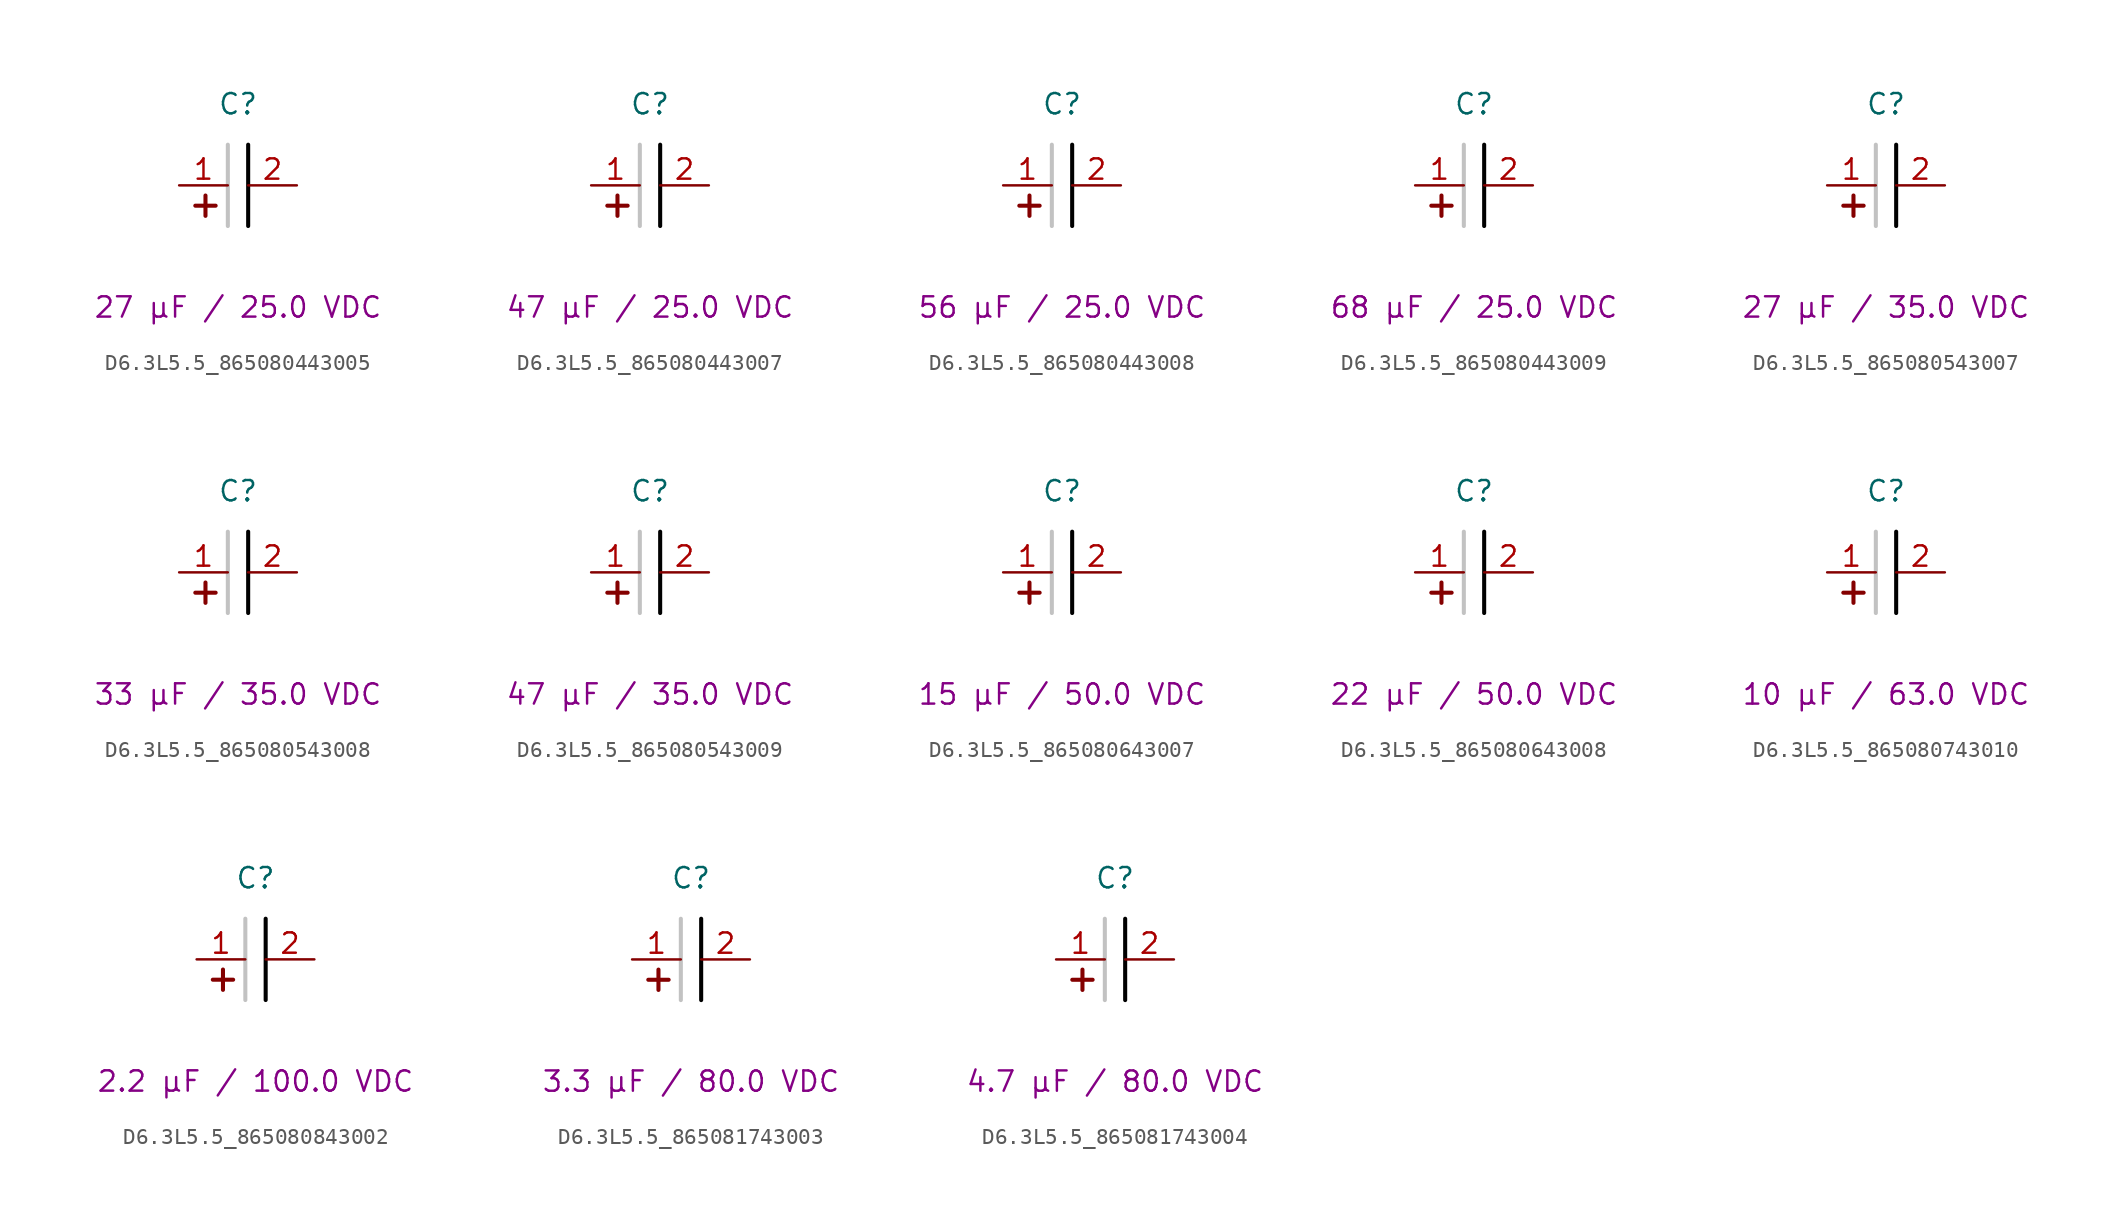
<source format=kicad_sym>
(kicad_symbol_lib
  (version 20220914)
  (generator kicad_symbol_editor)
  (symbol "D6.3L5.5_865080443005"
    (pin_names hide)
    (property "Reference" "C"
      (at 0 5.08 0)
      (effects (font (size 1.27 1.27))))
    (property "Critical Parameter" "27 µF / 25.0 VDC"
      (at 0 -7.62 0)
      (effects (font (size 1.27 1.27))))
    (symbol "D6.3L5.5_865080443005_1_1"
      (polyline (pts (xy -2.667 -1.27) (xy -1.397 -1.27)) (stroke (width 0.254) (type default)) (fill (type none)))
      (polyline (pts (xy -2.032 -0.635) (xy -2.032 -1.905)) (stroke (width 0.254) (type default)) (fill (type none)))
      (polyline (pts (xy -0.635 2.54) (xy -0.635 -2.54)) (stroke (width 0.254) (type default) (color 194 194 194 1)) (fill (type none)))
      (polyline (pts (xy 0.635 2.54) (xy 0.635 -2.54)) (stroke (width 0.254) (type default) (color 0 0 0 1)) (fill (type none)))
      (pin passive line (at -3.679 0 0) (length 3.044) (name "1" (effects (font (size 1.27 1.27)))) (number "1" (effects (font (size 1.27 1.27)))))
      (pin passive line (at 3.679 0 180) (length 3.044) (name "2" (effects (font (size 1.27 1.27)))) (number "2" (effects (font (size 1.27 1.27)))))))
  (symbol "D6.3L5.5_865080443007"
    (pin_names hide)
    (property "Reference" "C"
      (at 0 5.08 0)
      (effects (font (size 1.27 1.27))))
    (property "Critical Parameter" "47 µF / 25.0 VDC"
      (at 0 -7.62 0)
      (effects (font (size 1.27 1.27))))
    (symbol "D6.3L5.5_865080443007_1_1"
      (polyline (pts (xy -2.667 -1.27) (xy -1.397 -1.27)) (stroke (width 0.254) (type default)) (fill (type none)))
      (polyline (pts (xy -2.032 -0.635) (xy -2.032 -1.905)) (stroke (width 0.254) (type default)) (fill (type none)))
      (polyline (pts (xy -0.635 2.54) (xy -0.635 -2.54)) (stroke (width 0.254) (type default) (color 194 194 194 1)) (fill (type none)))
      (polyline (pts (xy 0.635 2.54) (xy 0.635 -2.54)) (stroke (width 0.254) (type default) (color 0 0 0 1)) (fill (type none)))
      (pin passive line (at -3.679 0 0) (length 3.044) (name "1" (effects (font (size 1.27 1.27)))) (number "1" (effects (font (size 1.27 1.27)))))
      (pin passive line (at 3.679 0 180) (length 3.044) (name "2" (effects (font (size 1.27 1.27)))) (number "2" (effects (font (size 1.27 1.27)))))))
  (symbol "D6.3L5.5_865080443008"
    (pin_names hide)
    (property "Reference" "C"
      (at 0 5.08 0)
      (effects (font (size 1.27 1.27))))
    (property "Critical Parameter" "56 µF / 25.0 VDC"
      (at 0 -7.62 0)
      (effects (font (size 1.27 1.27))))
    (symbol "D6.3L5.5_865080443008_1_1"
      (polyline (pts (xy -2.667 -1.27) (xy -1.397 -1.27)) (stroke (width 0.254) (type default)) (fill (type none)))
      (polyline (pts (xy -2.032 -0.635) (xy -2.032 -1.905)) (stroke (width 0.254) (type default)) (fill (type none)))
      (polyline (pts (xy -0.635 2.54) (xy -0.635 -2.54)) (stroke (width 0.254) (type default) (color 194 194 194 1)) (fill (type none)))
      (polyline (pts (xy 0.635 2.54) (xy 0.635 -2.54)) (stroke (width 0.254) (type default) (color 0 0 0 1)) (fill (type none)))
      (pin passive line (at -3.679 0 0) (length 3.044) (name "1" (effects (font (size 1.27 1.27)))) (number "1" (effects (font (size 1.27 1.27)))))
      (pin passive line (at 3.679 0 180) (length 3.044) (name "2" (effects (font (size 1.27 1.27)))) (number "2" (effects (font (size 1.27 1.27)))))))
  (symbol "D6.3L5.5_865080443009"
    (pin_names hide)
    (property "Reference" "C"
      (at 0 5.08 0)
      (effects (font (size 1.27 1.27))))
    (property "Critical Parameter" "68 µF / 25.0 VDC"
      (at 0 -7.62 0)
      (effects (font (size 1.27 1.27))))
    (symbol "D6.3L5.5_865080443009_1_1"
      (polyline (pts (xy -2.667 -1.27) (xy -1.397 -1.27)) (stroke (width 0.254) (type default)) (fill (type none)))
      (polyline (pts (xy -2.032 -0.635) (xy -2.032 -1.905)) (stroke (width 0.254) (type default)) (fill (type none)))
      (polyline (pts (xy -0.635 2.54) (xy -0.635 -2.54)) (stroke (width 0.254) (type default) (color 194 194 194 1)) (fill (type none)))
      (polyline (pts (xy 0.635 2.54) (xy 0.635 -2.54)) (stroke (width 0.254) (type default) (color 0 0 0 1)) (fill (type none)))
      (pin passive line (at -3.679 0 0) (length 3.044) (name "1" (effects (font (size 1.27 1.27)))) (number "1" (effects (font (size 1.27 1.27)))))
      (pin passive line (at 3.679 0 180) (length 3.044) (name "2" (effects (font (size 1.27 1.27)))) (number "2" (effects (font (size 1.27 1.27)))))))
  (symbol "D6.3L5.5_865080543007"
    (pin_names hide)
    (property "Reference" "C"
      (at 0 5.08 0)
      (effects (font (size 1.27 1.27))))
    (property "Critical Parameter" "27 µF / 35.0 VDC"
      (at 0 -7.62 0)
      (effects (font (size 1.27 1.27))))
    (symbol "D6.3L5.5_865080543007_1_1"
      (polyline (pts (xy -2.667 -1.27) (xy -1.397 -1.27)) (stroke (width 0.254) (type default)) (fill (type none)))
      (polyline (pts (xy -2.032 -0.635) (xy -2.032 -1.905)) (stroke (width 0.254) (type default)) (fill (type none)))
      (polyline (pts (xy -0.635 2.54) (xy -0.635 -2.54)) (stroke (width 0.254) (type default) (color 194 194 194 1)) (fill (type none)))
      (polyline (pts (xy 0.635 2.54) (xy 0.635 -2.54)) (stroke (width 0.254) (type default) (color 0 0 0 1)) (fill (type none)))
      (pin passive line (at -3.679 0 0) (length 3.044) (name "1" (effects (font (size 1.27 1.27)))) (number "1" (effects (font (size 1.27 1.27)))))
      (pin passive line (at 3.679 0 180) (length 3.044) (name "2" (effects (font (size 1.27 1.27)))) (number "2" (effects (font (size 1.27 1.27)))))))
  (symbol "D6.3L5.5_865080543008"
    (pin_names hide)
    (property "Reference" "C"
      (at 0 5.08 0)
      (effects (font (size 1.27 1.27))))
    (property "Critical Parameter" "33 µF / 35.0 VDC"
      (at 0 -7.62 0)
      (effects (font (size 1.27 1.27))))
    (symbol "D6.3L5.5_865080543008_1_1"
      (polyline (pts (xy -2.667 -1.27) (xy -1.397 -1.27)) (stroke (width 0.254) (type default)) (fill (type none)))
      (polyline (pts (xy -2.032 -0.635) (xy -2.032 -1.905)) (stroke (width 0.254) (type default)) (fill (type none)))
      (polyline (pts (xy -0.635 2.54) (xy -0.635 -2.54)) (stroke (width 0.254) (type default) (color 194 194 194 1)) (fill (type none)))
      (polyline (pts (xy 0.635 2.54) (xy 0.635 -2.54)) (stroke (width 0.254) (type default) (color 0 0 0 1)) (fill (type none)))
      (pin passive line (at -3.679 0 0) (length 3.044) (name "1" (effects (font (size 1.27 1.27)))) (number "1" (effects (font (size 1.27 1.27)))))
      (pin passive line (at 3.679 0 180) (length 3.044) (name "2" (effects (font (size 1.27 1.27)))) (number "2" (effects (font (size 1.27 1.27)))))))
  (symbol "D6.3L5.5_865080543009"
    (pin_names hide)
    (property "Reference" "C"
      (at 0 5.08 0)
      (effects (font (size 1.27 1.27))))
    (property "Critical Parameter" "47 µF / 35.0 VDC"
      (at 0 -7.62 0)
      (effects (font (size 1.27 1.27))))
    (symbol "D6.3L5.5_865080543009_1_1"
      (polyline (pts (xy -2.667 -1.27) (xy -1.397 -1.27)) (stroke (width 0.254) (type default)) (fill (type none)))
      (polyline (pts (xy -2.032 -0.635) (xy -2.032 -1.905)) (stroke (width 0.254) (type default)) (fill (type none)))
      (polyline (pts (xy -0.635 2.54) (xy -0.635 -2.54)) (stroke (width 0.254) (type default) (color 194 194 194 1)) (fill (type none)))
      (polyline (pts (xy 0.635 2.54) (xy 0.635 -2.54)) (stroke (width 0.254) (type default) (color 0 0 0 1)) (fill (type none)))
      (pin passive line (at -3.679 0 0) (length 3.044) (name "1" (effects (font (size 1.27 1.27)))) (number "1" (effects (font (size 1.27 1.27)))))
      (pin passive line (at 3.679 0 180) (length 3.044) (name "2" (effects (font (size 1.27 1.27)))) (number "2" (effects (font (size 1.27 1.27)))))))
  (symbol "D6.3L5.5_865080643007"
    (pin_names hide)
    (property "Reference" "C"
      (at 0 5.08 0)
      (effects (font (size 1.27 1.27))))
    (property "Critical Parameter" "15 µF / 50.0 VDC"
      (at 0 -7.62 0)
      (effects (font (size 1.27 1.27))))
    (symbol "D6.3L5.5_865080643007_1_1"
      (polyline (pts (xy -2.667 -1.27) (xy -1.397 -1.27)) (stroke (width 0.254) (type default)) (fill (type none)))
      (polyline (pts (xy -2.032 -0.635) (xy -2.032 -1.905)) (stroke (width 0.254) (type default)) (fill (type none)))
      (polyline (pts (xy -0.635 2.54) (xy -0.635 -2.54)) (stroke (width 0.254) (type default) (color 194 194 194 1)) (fill (type none)))
      (polyline (pts (xy 0.635 2.54) (xy 0.635 -2.54)) (stroke (width 0.254) (type default) (color 0 0 0 1)) (fill (type none)))
      (pin passive line (at -3.679 0 0) (length 3.044) (name "1" (effects (font (size 1.27 1.27)))) (number "1" (effects (font (size 1.27 1.27)))))
      (pin passive line (at 3.679 0 180) (length 3.044) (name "2" (effects (font (size 1.27 1.27)))) (number "2" (effects (font (size 1.27 1.27)))))))
  (symbol "D6.3L5.5_865080643008"
    (pin_names hide)
    (property "Reference" "C"
      (at 0 5.08 0)
      (effects (font (size 1.27 1.27))))
    (property "Critical Parameter" "22 µF / 50.0 VDC"
      (at 0 -7.62 0)
      (effects (font (size 1.27 1.27))))
    (symbol "D6.3L5.5_865080643008_1_1"
      (polyline (pts (xy -2.667 -1.27) (xy -1.397 -1.27)) (stroke (width 0.254) (type default)) (fill (type none)))
      (polyline (pts (xy -2.032 -0.635) (xy -2.032 -1.905)) (stroke (width 0.254) (type default)) (fill (type none)))
      (polyline (pts (xy -0.635 2.54) (xy -0.635 -2.54)) (stroke (width 0.254) (type default) (color 194 194 194 1)) (fill (type none)))
      (polyline (pts (xy 0.635 2.54) (xy 0.635 -2.54)) (stroke (width 0.254) (type default) (color 0 0 0 1)) (fill (type none)))
      (pin passive line (at -3.679 0 0) (length 3.044) (name "1" (effects (font (size 1.27 1.27)))) (number "1" (effects (font (size 1.27 1.27)))))
      (pin passive line (at 3.679 0 180) (length 3.044) (name "2" (effects (font (size 1.27 1.27)))) (number "2" (effects (font (size 1.27 1.27)))))))
  (symbol "D6.3L5.5_865080743010"
    (pin_names hide)
    (property "Reference" "C"
      (at 0 5.08 0)
      (effects (font (size 1.27 1.27))))
    (property "Critical Parameter" "10 µF / 63.0 VDC"
      (at 0 -7.62 0)
      (effects (font (size 1.27 1.27))))
    (symbol "D6.3L5.5_865080743010_1_1"
      (polyline (pts (xy -2.667 -1.27) (xy -1.397 -1.27)) (stroke (width 0.254) (type default)) (fill (type none)))
      (polyline (pts (xy -2.032 -0.635) (xy -2.032 -1.905)) (stroke (width 0.254) (type default)) (fill (type none)))
      (polyline (pts (xy -0.635 2.54) (xy -0.635 -2.54)) (stroke (width 0.254) (type default) (color 194 194 194 1)) (fill (type none)))
      (polyline (pts (xy 0.635 2.54) (xy 0.635 -2.54)) (stroke (width 0.254) (type default) (color 0 0 0 1)) (fill (type none)))
      (pin passive line (at -3.679 0 0) (length 3.044) (name "1" (effects (font (size 1.27 1.27)))) (number "1" (effects (font (size 1.27 1.27)))))
      (pin passive line (at 3.679 0 180) (length 3.044) (name "2" (effects (font (size 1.27 1.27)))) (number "2" (effects (font (size 1.27 1.27)))))))
  (symbol "D6.3L5.5_865080843002"
    (pin_names hide)
    (property "Reference" "C"
      (at 0 5.08 0)
      (effects (font (size 1.27 1.27))))
    (property "Critical Parameter" "2.2 µF / 100.0 VDC"
      (at 0 -7.62 0)
      (effects (font (size 1.27 1.27))))
    (symbol "D6.3L5.5_865080843002_1_1"
      (polyline (pts (xy -2.667 -1.27) (xy -1.397 -1.27)) (stroke (width 0.254) (type default)) (fill (type none)))
      (polyline (pts (xy -2.032 -0.635) (xy -2.032 -1.905)) (stroke (width 0.254) (type default)) (fill (type none)))
      (polyline (pts (xy -0.635 2.54) (xy -0.635 -2.54)) (stroke (width 0.254) (type default) (color 194 194 194 1)) (fill (type none)))
      (polyline (pts (xy 0.635 2.54) (xy 0.635 -2.54)) (stroke (width 0.254) (type default) (color 0 0 0 1)) (fill (type none)))
      (pin passive line (at -3.679 0 0) (length 3.044) (name "1" (effects (font (size 1.27 1.27)))) (number "1" (effects (font (size 1.27 1.27)))))
      (pin passive line (at 3.679 0 180) (length 3.044) (name "2" (effects (font (size 1.27 1.27)))) (number "2" (effects (font (size 1.27 1.27)))))))
  (symbol "D6.3L5.5_865081743003"
    (pin_names hide)
    (property "Reference" "C"
      (at 0 5.08 0)
      (effects (font (size 1.27 1.27))))
    (property "Critical Parameter" "3.3 µF / 80.0 VDC"
      (at 0 -7.62 0)
      (effects (font (size 1.27 1.27))))
    (symbol "D6.3L5.5_865081743003_1_1"
      (polyline (pts (xy -2.667 -1.27) (xy -1.397 -1.27)) (stroke (width 0.254) (type default)) (fill (type none)))
      (polyline (pts (xy -2.032 -0.635) (xy -2.032 -1.905)) (stroke (width 0.254) (type default)) (fill (type none)))
      (polyline (pts (xy -0.635 2.54) (xy -0.635 -2.54)) (stroke (width 0.254) (type default) (color 194 194 194 1)) (fill (type none)))
      (polyline (pts (xy 0.635 2.54) (xy 0.635 -2.54)) (stroke (width 0.254) (type default) (color 0 0 0 1)) (fill (type none)))
      (pin passive line (at -3.679 0 0) (length 3.044) (name "1" (effects (font (size 1.27 1.27)))) (number "1" (effects (font (size 1.27 1.27)))))
      (pin passive line (at 3.679 0 180) (length 3.044) (name "2" (effects (font (size 1.27 1.27)))) (number "2" (effects (font (size 1.27 1.27)))))))
  (symbol "D6.3L5.5_865081743004"
    (pin_names hide)
    (property "Reference" "C"
      (at 0 5.08 0)
      (effects (font (size 1.27 1.27))))
    (property "Critical Parameter" "4.7 µF / 80.0 VDC"
      (at 0 -7.62 0)
      (effects (font (size 1.27 1.27))))
    (symbol "D6.3L5.5_865081743004_1_1"
      (polyline (pts (xy -2.667 -1.27) (xy -1.397 -1.27)) (stroke (width 0.254) (type default)) (fill (type none)))
      (polyline (pts (xy -2.032 -0.635) (xy -2.032 -1.905)) (stroke (width 0.254) (type default)) (fill (type none)))
      (polyline (pts (xy -0.635 2.54) (xy -0.635 -2.54)) (stroke (width 0.254) (type default) (color 194 194 194 1)) (fill (type none)))
      (polyline (pts (xy 0.635 2.54) (xy 0.635 -2.54)) (stroke (width 0.254) (type default) (color 0 0 0 1)) (fill (type none)))
      (pin passive line (at -3.679 0 0) (length 3.044) (name "1" (effects (font (size 1.27 1.27)))) (number "1" (effects (font (size 1.27 1.27)))))
      (pin passive line (at 3.679 0 180) (length 3.044) (name "2" (effects (font (size 1.27 1.27)))) (number "2" (effects (font (size 1.27 1.27))))))))
</source>
